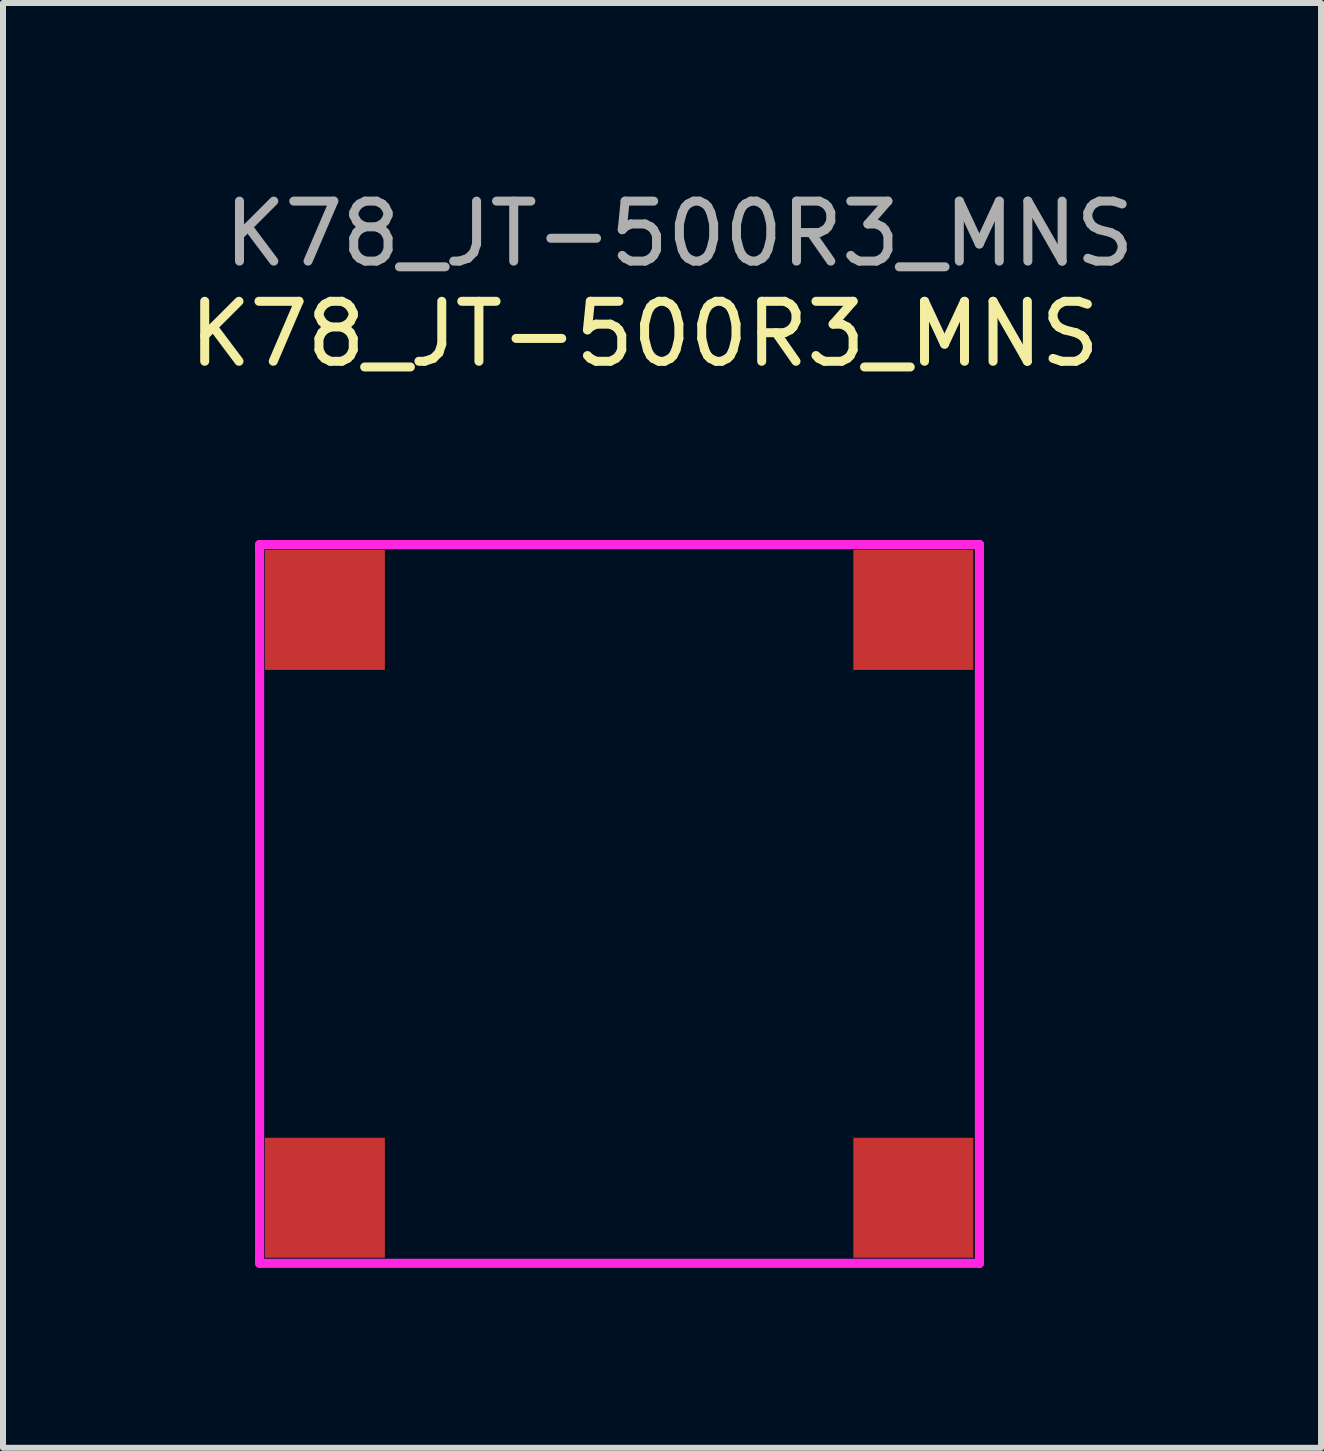
<source format=kicad_pcb>
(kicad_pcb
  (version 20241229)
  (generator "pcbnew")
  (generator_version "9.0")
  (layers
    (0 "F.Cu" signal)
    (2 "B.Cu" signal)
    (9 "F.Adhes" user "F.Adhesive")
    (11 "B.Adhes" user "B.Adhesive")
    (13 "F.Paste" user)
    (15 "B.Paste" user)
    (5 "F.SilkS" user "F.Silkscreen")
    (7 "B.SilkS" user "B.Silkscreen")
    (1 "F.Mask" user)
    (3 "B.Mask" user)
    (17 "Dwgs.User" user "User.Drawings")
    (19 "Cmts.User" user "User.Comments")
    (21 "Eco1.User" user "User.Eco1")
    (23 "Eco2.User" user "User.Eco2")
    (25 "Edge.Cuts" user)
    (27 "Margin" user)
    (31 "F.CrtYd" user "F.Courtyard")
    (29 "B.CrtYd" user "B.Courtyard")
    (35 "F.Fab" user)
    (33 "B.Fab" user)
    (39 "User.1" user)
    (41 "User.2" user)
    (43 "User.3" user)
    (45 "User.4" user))
  (footprint "K78_JT-500R3_MNS"
    (layer "F.Cu")
    (at 8.276 10.518)
    (property "Reference" "K78_JT-500R3_MNS" (at -0.58 -8 0) (unlocked yes) (layer "F.SilkS") (effects (font (size 1 1) (thickness 0.15))))
    (attr smd)
    (fp_line (start -6.998 -4.49) (end -6.998 7.493) (stroke (width 0.152) (type solid)) (layer "F.CrtYd"))
    (fp_line (start -6.998 7.493) (end 5.002 7.493) (stroke (width 0.152) (type solid)) (layer "F.CrtYd"))
    (fp_line (start 5.002 -4.49) (end -6.998 -4.49) (stroke (width 0.152) (type solid)) (layer "F.CrtYd"))
    (fp_line (start 5.002 7.493) (end 5.002 -4.49) (stroke (width 0.152) (type solid)) (layer "F.CrtYd"))
    (fp_text user "${REFERENCE}" (at 0 -9.67 0) (unlocked yes) (layer "F.Fab") (effects (font (size 1 1) (thickness 0.15))))
    (pad "1" smd rect (at -5.91 -3.4) (size 2 2) (layers "F.Cu" "F.Mask" "F.Paste"))
    (pad "2" smd rect (at 3.9 -3.4) (size 2 2) (layers "F.Cu" "F.Mask" "F.Paste"))
    (pad "3" smd rect (at 3.9 6.4) (size 2 2) (layers "F.Cu" "F.Mask" "F.Paste"))
    (pad "4" smd rect (at -5.91 6.4) (size 2 2) (layers "F.Cu" "F.Mask" "F.Paste")))
  (gr_rect
    (start -3 -3)
    (end 18.973 21.087)
    (stroke (width 0.1) (type default))
    (fill no)
    (layer "Edge.Cuts")))
</source>
